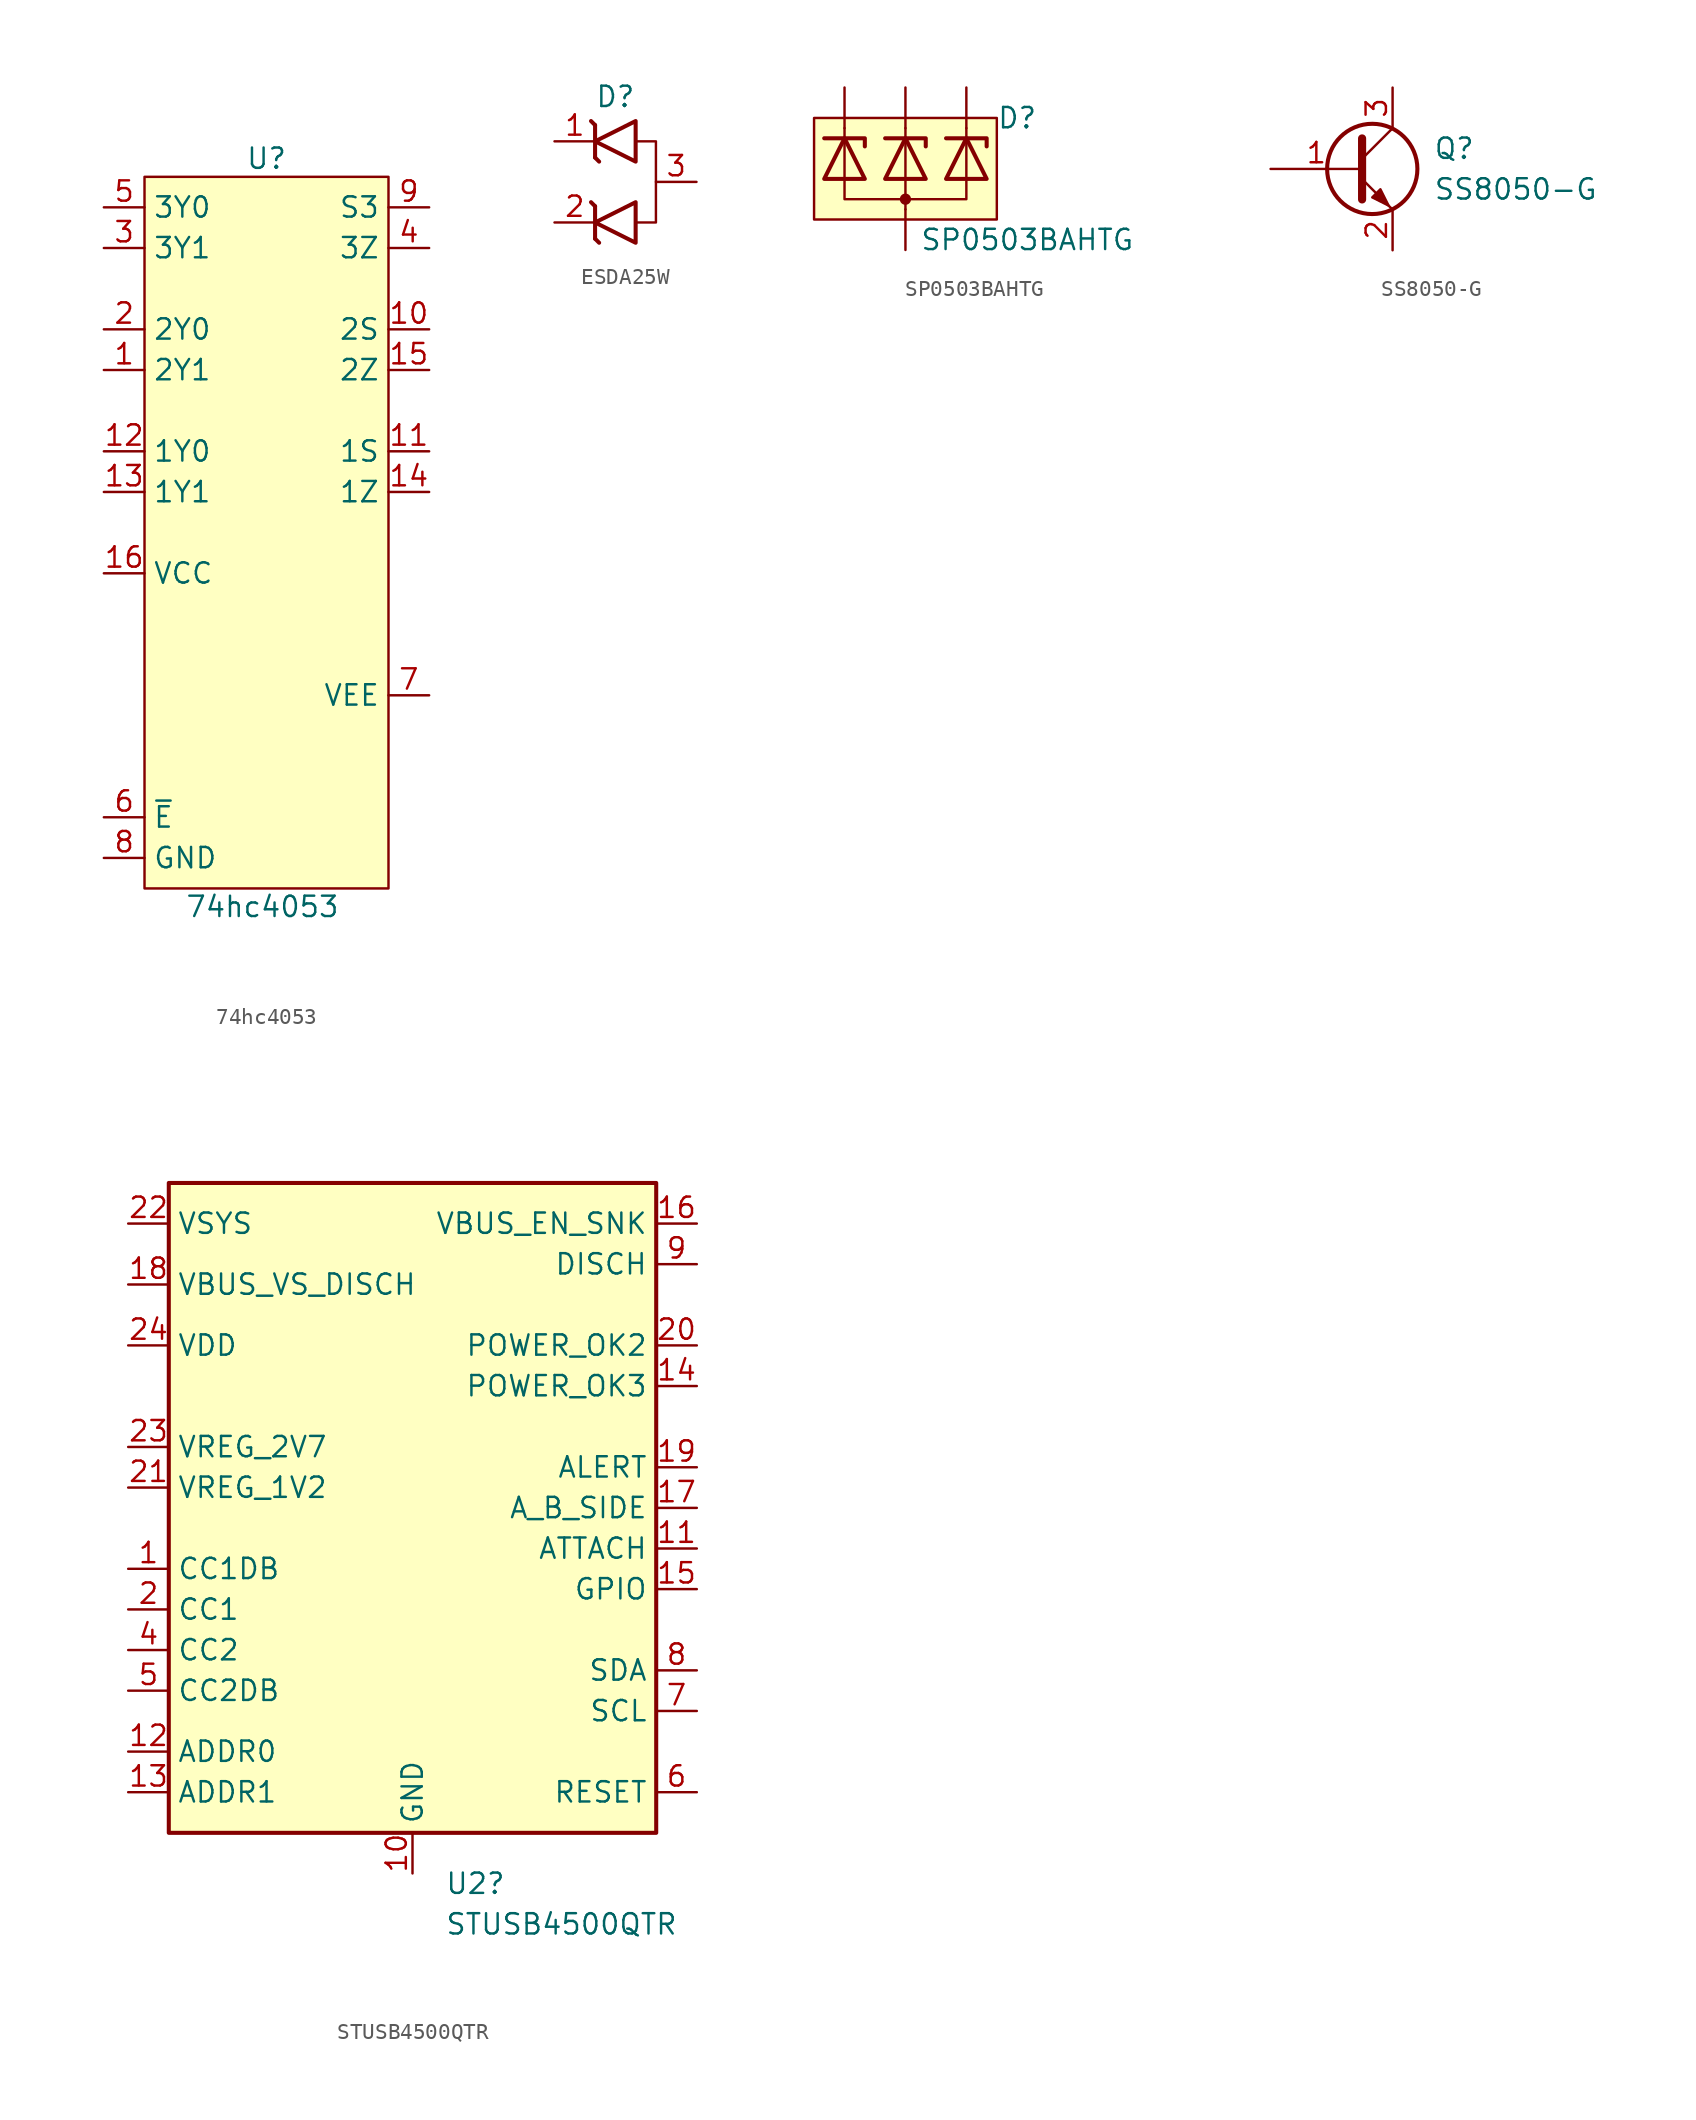
<source format=kicad_sym>
(kicad_symbol_lib
  (version 20231120)
  (generator "kicad_symbol_editor")
  (generator_version "8.0")
  (symbol "74hc4053"
    (property "Reference" "U"
      (at 0 23.368 0)
      (effects (font (size 1.27 1.27))))
    (property "Value" "74hc4053"
      (at -0.254 -23.368 0)
      (effects (font (size 1.27 1.27))))
    (symbol "74hc4053_1_1"
      (rectangle (start -7.62 22.225) (end 7.62 -22.225) (stroke (width 0) (type default)) (fill (type background)))
      (pin bidirectional line (at -10.16 10.16 0) (length 2.54) (name "2Y1" (effects (font (size 1.27 1.27)))) (number "1" (effects (font (size 1.27 1.27)))))
      (pin input line (at 10.16 12.7 180) (length 2.54) (name "2S" (effects (font (size 1.27 1.27)))) (number "10" (effects (font (size 1.27 1.27)))))
      (pin input line (at 10.16 5.08 180) (length 2.54) (name "1S" (effects (font (size 1.27 1.27)))) (number "11" (effects (font (size 1.27 1.27)))))
      (pin bidirectional line (at -10.16 5.08 0) (length 2.54) (name "1Y0" (effects (font (size 1.27 1.27)))) (number "12" (effects (font (size 1.27 1.27)))))
      (pin bidirectional line (at -10.16 2.54 0) (length 2.54) (name "1Y1" (effects (font (size 1.27 1.27)))) (number "13" (effects (font (size 1.27 1.27)))))
      (pin bidirectional line (at 10.16 2.54 180) (length 2.54) (name "1Z" (effects (font (size 1.27 1.27)))) (number "14" (effects (font (size 1.27 1.27)))))
      (pin bidirectional line (at 10.16 10.16 180) (length 2.54) (name "2Z" (effects (font (size 1.27 1.27)))) (number "15" (effects (font (size 1.27 1.27)))))
      (pin power_in line (at -10.16 -2.54 0) (length 2.54) (name "VCC" (effects (font (size 1.27 1.27)))) (number "16" (effects (font (size 1.27 1.27)))))
      (pin bidirectional line (at -10.16 12.7 0) (length 2.54) (name "2Y0" (effects (font (size 1.27 1.27)))) (number "2" (effects (font (size 1.27 1.27)))))
      (pin bidirectional line (at -10.16 17.78 0) (length 2.54) (name "3Y1" (effects (font (size 1.27 1.27)))) (number "3" (effects (font (size 1.27 1.27)))))
      (pin bidirectional line (at 10.16 17.78 180) (length 2.54) (name "3Z" (effects (font (size 1.27 1.27)))) (number "4" (effects (font (size 1.27 1.27)))))
      (pin bidirectional line (at -10.16 20.32 0) (length 2.54) (name "3Y0" (effects (font (size 1.27 1.27)))) (number "5" (effects (font (size 1.27 1.27)))))
      (pin input line (at -10.16 -17.78 0) (length 2.54) (name "~{E}" (effects (font (size 1.27 1.27)))) (number "6" (effects (font (size 1.27 1.27)))))
      (pin power_in line (at 10.16 -10.16 180) (length 2.54) (name "VEE" (effects (font (size 1.27 1.27)))) (number "7" (effects (font (size 1.27 1.27)))))
      (pin power_in line (at -10.16 -20.32 0) (length 2.54) (name "GND" (effects (font (size 1.27 1.27)))) (number "8" (effects (font (size 1.27 1.27)))))
      (pin input line (at 10.16 20.32 180) (length 2.54) (name "S3" (effects (font (size 1.27 1.27)))) (number "9" (effects (font (size 1.27 1.27)))))))
  (symbol "ESDA25W"
    (property "Reference" "D"
      (at 0 5.334 0)
      (effects (font (size 1.27 1.27))))
    (symbol "ESDA25W_0_1"
      (polyline (pts (xy -1.27 -3.556) (xy -1.016 -3.81)) (stroke (width 0.254) (type default)) (fill (type none)))
      (polyline (pts (xy -1.27 -1.524) (xy -1.524 -1.27)) (stroke (width 0.254) (type default)) (fill (type none)))
      (polyline (pts (xy -1.27 -1.524) (xy -1.27 -3.556)) (stroke (width 0.254) (type default)) (fill (type none)))
      (polyline (pts (xy -1.27 1.524) (xy -1.016 1.27)) (stroke (width 0.254) (type default)) (fill (type none)))
      (polyline (pts (xy -1.27 3.556) (xy -1.524 3.81)) (stroke (width 0.254) (type default)) (fill (type none)))
      (polyline (pts (xy -1.27 3.556) (xy -1.27 1.524)) (stroke (width 0.254) (type default)) (fill (type none)))
      (polyline (pts (xy 1.27 -1.27) (xy 1.27 -3.81) (xy -1.27 -2.54) (xy 1.27 -1.27)) (stroke (width 0.254) (type default)) (fill (type none)))
      (polyline (pts (xy 1.27 3.81) (xy 1.27 1.27) (xy -1.27 2.54) (xy 1.27 3.81)) (stroke (width 0.254) (type default)) (fill (type none)))
      (polyline (pts (xy 1.27 2.54) (xy 2.54 2.54) (xy 2.54 0) (xy 2.54 -2.54) (xy 1.27 -2.54)) (stroke (width 0) (type default)) (fill (type none))))
    (symbol "ESDA25W_1_1"
      (pin passive line (at -3.81 2.54 0) (length 2.54) (name "" (effects (font (size 1.27 1.27)))) (number "1" (effects (font (size 1.27 1.27)))))
      (pin passive line (at -3.81 -2.54 0) (length 2.54) (name "" (effects (font (size 1.27 1.27)))) (number "2" (effects (font (size 1.27 1.27)))))
      (pin passive line (at 5.08 0 180) (length 2.54) (name "" (effects (font (size 1.27 1.27)))) (number "3" (effects (font (size 1.27 1.27)))))))
  (symbol "SP0503BAHTG"
    (pin_numbers hide)
    (pin_names
      (offset 0) hide)
    (property "Reference" "D"
      (at 6.985 3.175 0)
      (effects (font (size 1.27 1.27))))
    (property "Value" "SP0503BAHTG"
      (at 7.62 -4.445 0)
      (effects (font (size 1.27 1.27))))
    (symbol "SP0503BAHTG_0_1"
      (rectangle (start -5.715 3.175) (end 5.715 -3.175) (stroke (width 0) (type default)) (fill (type background)))
      (circle (center 0 -1.905) (radius 0.276) (stroke (width 0) (type default)) (fill (type outline)))
      (polyline (pts (xy -3.81 -0.635) (xy -3.81 1.905)) (stroke (width 0) (type default)) (fill (type none)))
      (polyline (pts (xy -3.81 2.54) (xy -3.81 1.905)) (stroke (width 0) (type default)) (fill (type none)))
      (polyline (pts (xy 0 -2.54) (xy 0 -1.905)) (stroke (width 0) (type default)) (fill (type none)))
      (polyline (pts (xy 0 -1.905) (xy 0 -0.635)) (stroke (width 0) (type default)) (fill (type none)))
      (polyline (pts (xy 0 -0.635) (xy 0 1.905)) (stroke (width 0) (type default)) (fill (type none)))
      (polyline (pts (xy 0 2.54) (xy 0 1.905)) (stroke (width 0) (type default)) (fill (type none)))
      (polyline (pts (xy 3.81 -0.635) (xy 3.81 1.905)) (stroke (width 0) (type default)) (fill (type none)))
      (polyline (pts (xy 3.81 2.54) (xy 3.81 1.905)) (stroke (width 0) (type default)) (fill (type none)))
      (polyline (pts (xy -5.08 1.905) (xy -2.54 1.905) (xy -2.54 1.397)) (stroke (width 0.254) (type default)) (fill (type none)))
      (polyline (pts (xy -1.27 1.905) (xy 1.27 1.905) (xy 1.27 1.397)) (stroke (width 0.254) (type default)) (fill (type none)))
      (polyline (pts (xy 2.54 1.905) (xy 5.08 1.905) (xy 5.08 1.397)) (stroke (width 0.254) (type default)) (fill (type none)))
      (polyline (pts (xy -5.08 -0.635) (xy -2.54 -0.635) (xy -3.81 1.905) (xy -5.08 -0.635)) (stroke (width 0.254) (type default)) (fill (type none)))
      (polyline (pts (xy -1.27 -0.635) (xy 1.27 -0.635) (xy 0 1.905) (xy -1.27 -0.635)) (stroke (width 0.254) (type default)) (fill (type none)))
      (polyline (pts (xy 2.54 -0.635) (xy 5.08 -0.635) (xy 3.81 1.905) (xy 2.54 -0.635)) (stroke (width 0.254) (type default)) (fill (type none)))
      (polyline (pts (xy -3.81 -0.635) (xy -3.81 -1.905) (xy 0 -1.905) (xy 3.81 -1.905) (xy 3.81 -0.635)) (stroke (width 0) (type default)) (fill (type none))))
    (symbol "SP0503BAHTG_1_1"
      (pin passive line (at 0 -5.08 90) (length 2.54) (name "A" (effects (font (size 1.27 1.27)))) (number "1" (effects (font (size 1.27 1.27)))))
      (pin passive line (at -3.81 5.08 270) (length 2.54) (name "K" (effects (font (size 1.27 1.27)))) (number "2" (effects (font (size 1.27 1.27)))))
      (pin passive line (at 0 5.08 270) (length 2.54) (name "K" (effects (font (size 1.27 1.27)))) (number "3" (effects (font (size 1.27 1.27)))))
      (pin passive line (at 3.81 5.08 270) (length 2.54) (name "K" (effects (font (size 1.27 1.27)))) (number "4" (effects (font (size 1.27 1.27)))))))
  (symbol "SS8050-G"
    (pin_names
      (offset 0) hide)
    (property "Reference" "Q"
      (at 5.08 1.27 0)
      (effects (font (size 1.27 1.27)) (justify left)))
    (property "Value" "SS8050-G"
      (at 5.08 -1.27 0)
      (effects (font (size 1.27 1.27)) (justify left)))
    (symbol "SS8050-G_0_1"
      (polyline (pts (xy 0.635 0.635) (xy 2.54 2.54)) (stroke (width 0) (type default)) (fill (type none)))
      (polyline (pts (xy 0.635 -0.635) (xy 2.54 -2.54) (xy 2.54 -2.54)) (stroke (width 0) (type default)) (fill (type none)))
      (polyline (pts (xy 0.635 1.905) (xy 0.635 -1.905) (xy 0.635 -1.905)) (stroke (width 0.508) (type default)) (fill (type none)))
      (polyline (pts (xy 1.27 -1.778) (xy 1.778 -1.27) (xy 2.286 -2.286) (xy 1.27 -1.778) (xy 1.27 -1.778)) (stroke (width 0) (type default)) (fill (type outline)))
      (circle (center 1.27 0) (radius 2.819) (stroke (width 0.254) (type default)) (fill (type none))))
    (symbol "SS8050-G_1_1"
      (pin input line (at -5.08 0 0) (length 5.715) (name "B" (effects (font (size 1.27 1.27)))) (number "1" (effects (font (size 1.27 1.27)))))
      (pin passive line (at 2.54 -5.08 90) (length 2.54) (name "E" (effects (font (size 1.27 1.27)))) (number "2" (effects (font (size 1.27 1.27)))))
      (pin passive line (at 2.54 5.08 270) (length 2.54) (name "C" (effects (font (size 1.27 1.27)))) (number "3" (effects (font (size 1.27 1.27)))))))
  (symbol "STUSB4500QTR"
    (property "Reference" "U2"
      (at 2.019 -23.495 0)
      (effects (font (size 1.27 1.27)) (justify left)))
    (property "Value" "STUSB4500QTR"
      (at 2.019 -26.035 0)
      (effects (font (size 1.27 1.27)) (justify left)))
    (symbol "STUSB4500QTR_0_1"
      (rectangle (start -15.24 20.32) (end 15.24 -20.32) (stroke (width 0.254) (type default)) (fill (type background))))
    (symbol "STUSB4500QTR_1_1"
      (pin bidirectional line (at -17.78 -3.81 0) (length 2.54) (name "CC1DB" (effects (font (size 1.27 1.27)))) (number "1" (effects (font (size 1.27 1.27)))))
      (pin power_in line (at 0 -22.86 90) (length 2.54) (name "GND" (effects (font (size 1.27 1.27)))) (number "10" (effects (font (size 1.27 1.27)))))
      (pin open_collector line (at 17.78 -2.54 180) (length 2.54) (name "ATTACH" (effects (font (size 1.27 1.27)))) (number "11" (effects (font (size 1.27 1.27)))))
      (pin input line (at -17.78 -15.24 0) (length 2.54) (name "ADDR0" (effects (font (size 1.27 1.27)))) (number "12" (effects (font (size 1.27 1.27)))))
      (pin input line (at -17.78 -17.78 0) (length 2.54) (name "ADDR1" (effects (font (size 1.27 1.27)))) (number "13" (effects (font (size 1.27 1.27)))))
      (pin open_collector line (at 17.78 7.62 180) (length 2.54) (name "POWER_OK3" (effects (font (size 1.27 1.27)))) (number "14" (effects (font (size 1.27 1.27)))))
      (pin open_collector line (at 17.78 -5.08 180) (length 2.54) (name "GPIO" (effects (font (size 1.27 1.27)))) (number "15" (effects (font (size 1.27 1.27)))))
      (pin open_collector line (at 17.78 17.78 180) (length 2.54) (name "VBUS_EN_SNK" (effects (font (size 1.27 1.27)))) (number "16" (effects (font (size 1.27 1.27)))))
      (pin open_collector line (at 17.78 0 180) (length 2.54) (name "A_B_SIDE" (effects (font (size 1.27 1.27)))) (number "17" (effects (font (size 1.27 1.27)))))
      (pin input line (at -17.78 13.97 0) (length 2.54) (name "VBUS_VS_DISCH" (effects (font (size 1.27 1.27)))) (number "18" (effects (font (size 1.27 1.27)))))
      (pin open_collector line (at 17.78 2.54 180) (length 2.54) (name "ALERT" (effects (font (size 1.27 1.27)))) (number "19" (effects (font (size 1.27 1.27)))))
      (pin bidirectional line (at -17.78 -6.35 0) (length 2.54) (name "CC1" (effects (font (size 1.27 1.27)))) (number "2" (effects (font (size 1.27 1.27)))))
      (pin open_collector line (at 17.78 10.16 180) (length 2.54) (name "POWER_OK2" (effects (font (size 1.27 1.27)))) (number "20" (effects (font (size 1.27 1.27)))))
      (pin power_out line (at -17.78 1.27 0) (length 2.54) (name "VREG_1V2" (effects (font (size 1.27 1.27)))) (number "21" (effects (font (size 1.27 1.27)))))
      (pin power_in line (at -17.78 17.78 0) (length 2.54) (name "VSYS" (effects (font (size 1.27 1.27)))) (number "22" (effects (font (size 1.27 1.27)))))
      (pin power_out line (at -17.78 3.81 0) (length 2.54) (name "VREG_2V7" (effects (font (size 1.27 1.27)))) (number "23" (effects (font (size 1.27 1.27)))))
      (pin power_in line (at -17.78 10.16 0) (length 2.54) (name "VDD" (effects (font (size 1.27 1.27)))) (number "24" (effects (font (size 1.27 1.27)))))
      (pin passive line (at 0 -22.86 90) (length 2.54) hide (name "GND" (effects (font (size 1.27 1.27)))) (number "25" (effects (font (size 1.27 1.27)))))
      (pin no_connect line (at -15.24 15.24 0) (length 2.54) hide (name "NC" (effects (font (size 1.27 1.27)))) (number "3" (effects (font (size 1.27 1.27)))))
      (pin bidirectional line (at -17.78 -8.89 0) (length 2.54) (name "CC2" (effects (font (size 1.27 1.27)))) (number "4" (effects (font (size 1.27 1.27)))))
      (pin bidirectional line (at -17.78 -11.43 0) (length 2.54) (name "CC2DB" (effects (font (size 1.27 1.27)))) (number "5" (effects (font (size 1.27 1.27)))))
      (pin input line (at 17.78 -17.78 180) (length 2.54) (name "RESET" (effects (font (size 1.27 1.27)))) (number "6" (effects (font (size 1.27 1.27)))))
      (pin input line (at 17.78 -12.7 180) (length 2.54) (name "SCL" (effects (font (size 1.27 1.27)))) (number "7" (effects (font (size 1.27 1.27)))))
      (pin bidirectional line (at 17.78 -10.16 180) (length 2.54) (name "SDA" (effects (font (size 1.27 1.27)))) (number "8" (effects (font (size 1.27 1.27)))))
      (pin bidirectional line (at 17.78 15.24 180) (length 2.54) (name "DISCH" (effects (font (size 1.27 1.27)))) (number "9" (effects (font (size 1.27 1.27))))))))
</source>
